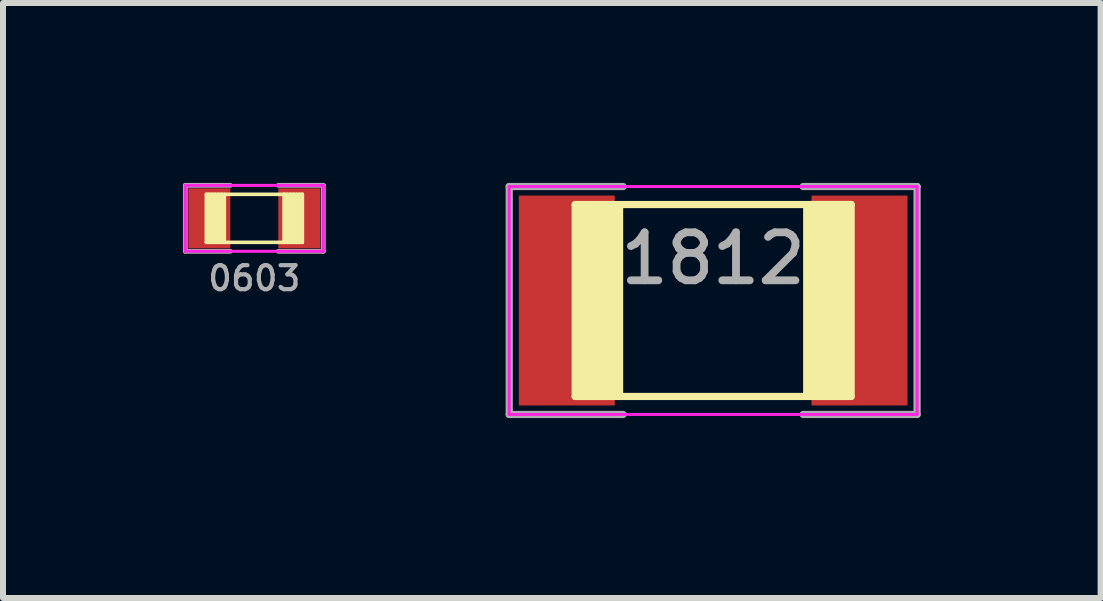
<source format=kicad_pcb>
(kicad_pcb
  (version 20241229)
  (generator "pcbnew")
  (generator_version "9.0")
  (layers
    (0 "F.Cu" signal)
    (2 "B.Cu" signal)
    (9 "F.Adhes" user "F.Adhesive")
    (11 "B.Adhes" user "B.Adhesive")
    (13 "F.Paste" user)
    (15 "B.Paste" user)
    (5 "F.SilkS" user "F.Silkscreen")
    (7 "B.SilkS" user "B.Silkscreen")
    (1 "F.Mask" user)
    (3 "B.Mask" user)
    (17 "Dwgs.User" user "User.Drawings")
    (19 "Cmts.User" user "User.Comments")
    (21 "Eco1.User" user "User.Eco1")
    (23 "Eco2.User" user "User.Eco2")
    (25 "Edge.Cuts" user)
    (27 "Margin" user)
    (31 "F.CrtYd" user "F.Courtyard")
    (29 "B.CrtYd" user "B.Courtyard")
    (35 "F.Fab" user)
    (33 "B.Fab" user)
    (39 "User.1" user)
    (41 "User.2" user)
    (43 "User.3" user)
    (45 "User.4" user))
  (footprint "0603"
    (layer "F.Cu")
    (at 1.19 0.59)
    (property "Reference" "0603" (at 0 1 0) (layer "F.Fab") (effects (font (size 0.4 0.4) (thickness 0.07))))
    (attr smd)
    (fp_line (start -0.8 -0.4) (end -0.8 0.4) (stroke (width 0.06) (type solid)) (layer "F.SilkS"))
    (fp_line (start -0.8 0.4) (end 0.8 0.4) (stroke (width 0.06) (type solid)) (layer "F.SilkS"))
    (fp_line (start -0.75 -0.4) (end -0.75 0.4) (stroke (width 0.06) (type solid)) (layer "F.SilkS"))
    (fp_line (start -0.7 -0.4) (end -0.7 0.4) (stroke (width 0.06) (type solid)) (layer "F.SilkS"))
    (fp_line (start -0.65 0.4) (end -0.65 -0.4) (stroke (width 0.06) (type solid)) (layer "F.SilkS"))
    (fp_line (start -0.6 -0.4) (end -0.6 0.4) (stroke (width 0.06) (type solid)) (layer "F.SilkS"))
    (fp_line (start -0.55 0.4) (end -0.55 -0.4) (stroke (width 0.06) (type solid)) (layer "F.SilkS"))
    (fp_line (start -0.5 0.4) (end -0.5 -0.4) (stroke (width 0.06) (type solid)) (layer "F.SilkS"))
    (fp_line (start 0.5 -0.4) (end 0.5 0.4) (stroke (width 0.06) (type solid)) (layer "F.SilkS"))
    (fp_line (start 0.5 0.4) (end 0.5 -0.4) (stroke (width 0.06) (type solid)) (layer "F.SilkS"))
    (fp_line (start 0.55 -0.4) (end 0.55 0.4) (stroke (width 0.06) (type solid)) (layer "F.SilkS"))
    (fp_line (start 0.6 -0.4) (end 0.6 0.4) (stroke (width 0.06) (type solid)) (layer "F.SilkS"))
    (fp_line (start 0.65 0.4) (end 0.65 -0.4) (stroke (width 0.06) (type solid)) (layer "F.SilkS"))
    (fp_line (start 0.7 -0.4) (end 0.7 0.4) (stroke (width 0.06) (type solid)) (layer "F.SilkS"))
    (fp_line (start 0.75 0.4) (end 0.75 -0.4) (stroke (width 0.06) (type solid)) (layer "F.SilkS"))
    (fp_line (start 0.8 -0.4) (end -0.8 -0.4) (stroke (width 0.06) (type solid)) (layer "F.SilkS"))
    (fp_line (start 0.8 0.4) (end 0.8 -0.4) (stroke (width 0.06) (type solid)) (layer "F.SilkS"))
    (fp_line (start 0.8 0.4) (end 0.8 -0.4) (stroke (width 0.06) (type solid)) (layer "F.SilkS"))
    (fp_line (start -1.15 -0.55) (end 1.15 -0.55) (stroke (width 0.05) (type solid)) (layer "F.CrtYd"))
    (fp_line (start -1.15 0.55) (end -1.15 -0.55) (stroke (width 0.05) (type solid)) (layer "F.CrtYd"))
    (fp_line (start 1.15 -0.55) (end 1.15 0.55) (stroke (width 0.05) (type solid)) (layer "F.CrtYd"))
    (fp_line (start 1.15 0.55) (end -1.15 0.55) (stroke (width 0.05) (type solid)) (layer "F.CrtYd"))
    (fp_line (start -1.15 -0.55) (end -1.15 0.55) (stroke (width 0.08) (type solid)) (layer "F.Fab"))
    (fp_line (start -1.15 0.55) (end -0.4 0.55) (stroke (width 0.08) (type solid)) (layer "F.Fab"))
    (fp_line (start -0.4 -0.55) (end -1.15 -0.55) (stroke (width 0.08) (type solid)) (layer "F.Fab"))
    (fp_line (start 0.4 -0.55) (end 1.15 -0.55) (stroke (width 0.08) (type solid)) (layer "F.Fab"))
    (fp_line (start 1.15 -0.55) (end 1.15 0.55) (stroke (width 0.08) (type solid)) (layer "F.Fab"))
    (fp_line (start 1.15 0.55) (end 0.4 0.55) (stroke (width 0.08) (type solid)) (layer "F.Fab"))
    (pad "1" smd rect (at -0.75 0) (size 0.7 1) (layers "F.Cu" "F.Mask" "F.Paste"))
    (pad "2" smd rect (at 0.75 0) (size 0.7 1) (layers "F.Cu" "F.Mask" "F.Paste")))
  (footprint "1812"
    (layer "F.Cu")
    (at 8.84 1.96)
    (property "Reference" "1812" (at 0 -0.7 0) (layer "F.Fab") (effects (font (size 0.8 0.8) (thickness 0.13))))
    (attr smd)
    (fp_line (start -2.3 -1.6) (end -2.3 1.6) (stroke (width 0.12) (type solid)) (layer "F.SilkS"))
    (fp_line (start -2.3 -1.6) (end -1.6 -1.6) (stroke (width 0.12) (type solid)) (layer "F.SilkS"))
    (fp_line (start -1.6 -1.6) (end 2.3 -1.6) (stroke (width 0.12) (type solid)) (layer "F.SilkS"))
    (fp_line (start 1.6 -1.6) (end 2.3 -1.6) (stroke (width 0.12) (type solid)) (layer "F.SilkS"))
    (fp_line (start 2.3 -1.6) (end 2.3 1.6) (stroke (width 0.12) (type solid)) (layer "F.SilkS"))
    (fp_line (start 2.3 1.6) (end -2.3 1.6) (stroke (width 0.12) (type solid)) (layer "F.SilkS"))
    (fp_poly (pts (xy -1.55 1.6) (xy -2.3 1.6) (xy -2.3 -1.6) (xy -1.55 -1.6)) (stroke (width 0.1) (type solid)) (fill yes) (layer "F.SilkS"))
    (fp_poly (pts (xy 2.3 1.6) (xy 1.55 1.6) (xy 1.55 -1.6) (xy 2.3 -1.6)) (stroke (width 0.1) (type solid)) (fill yes) (layer "F.SilkS"))
    (fp_line (start -3.4 -1.9) (end 3.4 -1.9) (stroke (width 0.05) (type solid)) (layer "F.CrtYd"))
    (fp_line (start -3.4 1.9) (end -3.4 -1.9) (stroke (width 0.05) (type solid)) (layer "F.CrtYd"))
    (fp_line (start 3.4 -1.9) (end 3.4 1.9) (stroke (width 0.05) (type solid)) (layer "F.CrtYd"))
    (fp_line (start 3.4 1.9) (end -3.4 1.9) (stroke (width 0.05) (type solid)) (layer "F.CrtYd"))
    (fp_line (start -3.4 -1.9) (end -3.4 1.9) (stroke (width 0.12) (type solid)) (layer "F.Fab"))
    (fp_line (start -3.4 1.9) (end -1.5 1.9) (stroke (width 0.12) (type solid)) (layer "F.Fab"))
    (fp_line (start -1.5 -1.9) (end -3.4 -1.9) (stroke (width 0.12) (type solid)) (layer "F.Fab"))
    (fp_line (start 1.5 -1.9) (end 3.4 -1.9) (stroke (width 0.12) (type solid)) (layer "F.Fab"))
    (fp_line (start 3.4 -1.9) (end 3.4 1.9) (stroke (width 0.12) (type solid)) (layer "F.Fab"))
    (fp_line (start 3.4 1.9) (end 1.5 1.9) (stroke (width 0.12) (type solid)) (layer "F.Fab"))
    (pad "1" smd rect (at -2.44 0) (size 1.6 3.5) (layers "F.Cu" "F.Mask" "F.Paste"))
    (pad "2" smd rect (at 2.44 0) (size 1.6 3.5) (layers "F.Cu" "F.Mask" "F.Paste")))
  (gr_rect
    (start -3 -3)
    (end 15.3 6.92)
    (stroke (width 0.1) (type default))
    (fill no)
    (layer "Edge.Cuts")))
</source>
